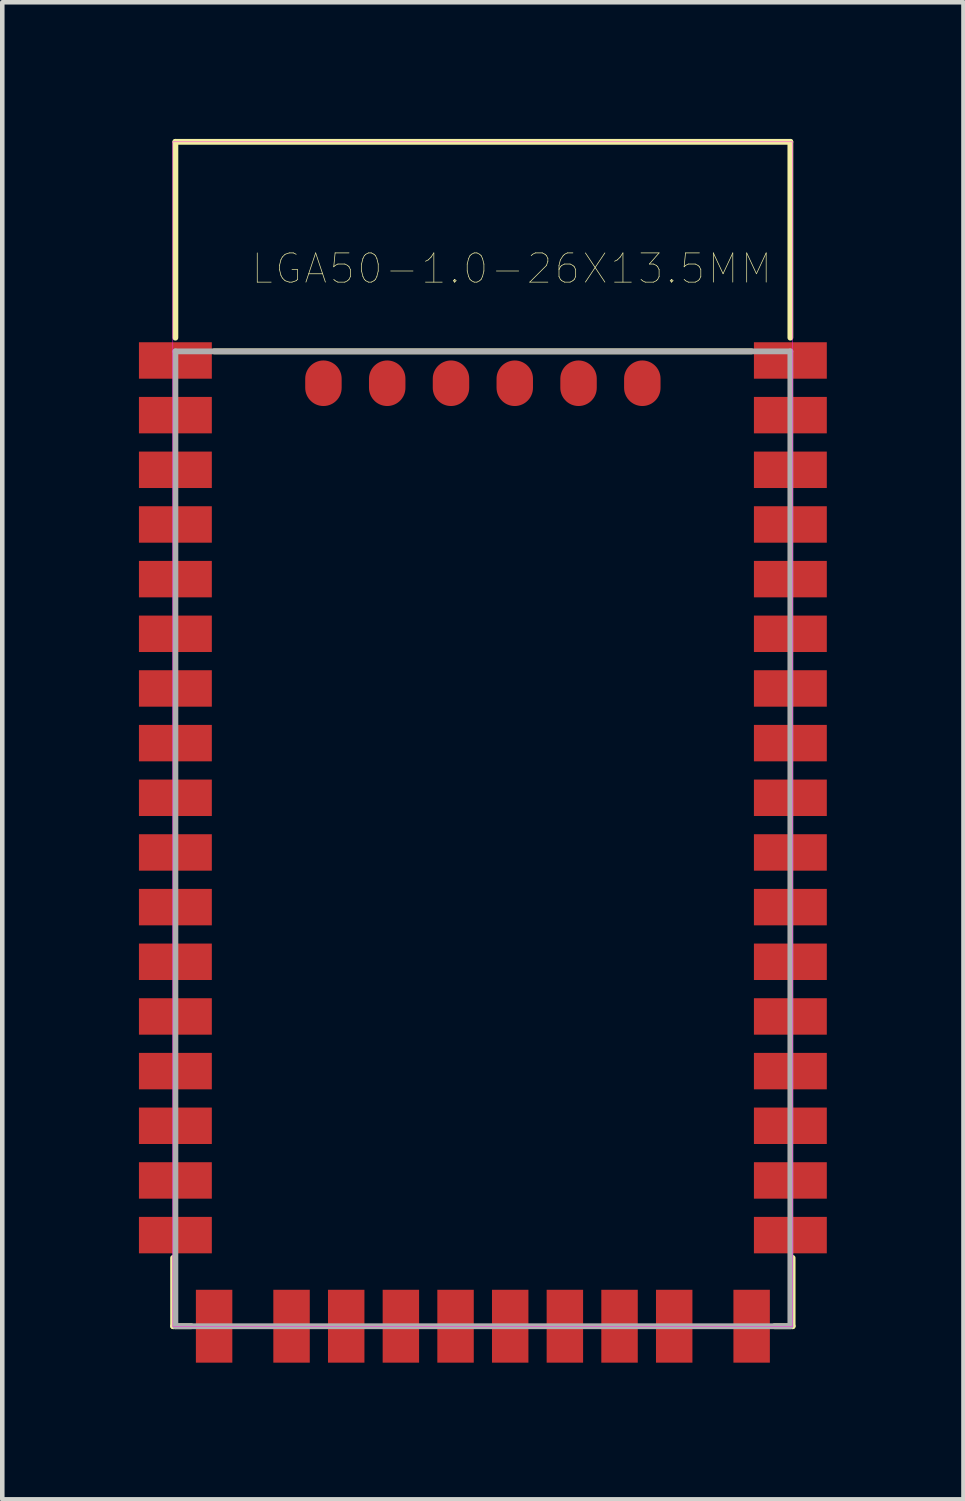
<source format=kicad_pcb>
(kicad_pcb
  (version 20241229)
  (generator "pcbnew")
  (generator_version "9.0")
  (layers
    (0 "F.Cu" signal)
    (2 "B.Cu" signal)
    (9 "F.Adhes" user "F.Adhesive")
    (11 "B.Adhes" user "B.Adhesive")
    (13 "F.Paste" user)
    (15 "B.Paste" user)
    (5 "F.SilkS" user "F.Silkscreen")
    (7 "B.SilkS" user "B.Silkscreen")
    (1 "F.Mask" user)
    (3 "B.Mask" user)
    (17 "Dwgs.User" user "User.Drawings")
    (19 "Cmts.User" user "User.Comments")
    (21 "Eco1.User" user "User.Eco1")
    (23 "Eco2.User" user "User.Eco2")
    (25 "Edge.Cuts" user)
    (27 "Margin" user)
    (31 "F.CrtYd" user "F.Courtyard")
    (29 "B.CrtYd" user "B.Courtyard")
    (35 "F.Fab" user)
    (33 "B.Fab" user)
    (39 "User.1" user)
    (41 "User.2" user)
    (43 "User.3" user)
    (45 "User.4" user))
  (footprint "LGA50-1.0-26X13.5MM"
    (layer "F.Cu")
    (at 7.55 13.063)
    (property "Reference" "LGA50-1.0-26X13.5MM" (at 0.633 -10.216 0) (layer "F.SilkS") (effects (font (size 0.641 0.641) (thickness 0.015))))
    (attr through_hole)
    (fp_line (start -6.8 13) (end -6.8 11.5) (stroke (width 0.127) (type solid)) (layer "F.SilkS"))
    (fp_line (start -6.75 -13) (end -6.75 -8.7) (stroke (width 0.127) (type solid)) (layer "F.SilkS"))
    (fp_line (start -6.4 13) (end -6.8 13) (stroke (width 0.127) (type solid)) (layer "F.SilkS"))
    (fp_line (start -5.9 -8.4) (end 5.9 -8.4) (stroke (width 0.127) (type solid)) (layer "F.SilkS"))
    (fp_line (start 6.4 13) (end 6.8 13) (stroke (width 0.127) (type solid)) (layer "F.SilkS"))
    (fp_line (start 6.75 -13) (end -6.75 -13) (stroke (width 0.127) (type solid)) (layer "F.SilkS"))
    (fp_line (start 6.75 -8.7) (end 6.75 -13) (stroke (width 0.127) (type solid)) (layer "F.SilkS"))
    (fp_line (start 6.8 13) (end 6.8 11.5) (stroke (width 0.127) (type solid)) (layer "F.SilkS"))
    (fp_poly (pts (xy -6.806 -13) (xy 6.8 -13) (xy 6.8 13.011) (xy -6.806 13.011)) (stroke (width 0.01) (type solid)) (fill no) (layer "F.CrtYd"))
    (fp_line (start -6.75 -8.4) (end -6.75 13) (stroke (width 0.127) (type solid)) (layer "F.Fab"))
    (fp_line (start -6.75 -8.4) (end 6.75 -8.4) (stroke (width 0.127) (type solid)) (layer "F.Fab"))
    (fp_line (start -6.75 13) (end 6.75 13) (stroke (width 0.127) (type solid)) (layer "F.Fab"))
    (fp_line (start 6.75 13) (end 6.75 -8.4) (stroke (width 0.127) (type solid)) (layer "F.Fab"))
    (pad "1" smd rect (at -6.75 -8.2) (size 1.6 0.8) (layers "F.Cu" "F.Mask" "F.Paste"))
    (pad "2" smd rect (at -6.75 -7) (size 1.6 0.8) (layers "F.Cu" "F.Mask" "F.Paste"))
    (pad "3" smd rect (at -6.75 -5.8) (size 1.6 0.8) (layers "F.Cu" "F.Mask" "F.Paste"))
    (pad "4" smd rect (at -6.75 -4.6) (size 1.6 0.8) (layers "F.Cu" "F.Mask" "F.Paste"))
    (pad "5" smd rect (at -6.75 -3.4) (size 1.6 0.8) (layers "F.Cu" "F.Mask" "F.Paste"))
    (pad "6" smd rect (at -6.75 -2.2) (size 1.6 0.8) (layers "F.Cu" "F.Mask" "F.Paste"))
    (pad "7" smd rect (at -6.75 -1) (size 1.6 0.8) (layers "F.Cu" "F.Mask" "F.Paste"))
    (pad "8" smd rect (at -6.75 0.2) (size 1.6 0.8) (layers "F.Cu" "F.Mask" "F.Paste"))
    (pad "9" smd rect (at -6.75 1.4) (size 1.6 0.8) (layers "F.Cu" "F.Mask" "F.Paste"))
    (pad "10" smd rect (at -6.75 2.6) (size 1.6 0.8) (layers "F.Cu" "F.Mask" "F.Paste"))
    (pad "11" smd rect (at -6.75 3.8) (size 1.6 0.8) (layers "F.Cu" "F.Mask" "F.Paste"))
    (pad "12" smd rect (at -6.75 5) (size 1.6 0.8) (layers "F.Cu" "F.Mask" "F.Paste"))
    (pad "13" smd rect (at -6.75 6.2) (size 1.6 0.8) (layers "F.Cu" "F.Mask" "F.Paste"))
    (pad "14" smd rect (at -6.75 7.4) (size 1.6 0.8) (layers "F.Cu" "F.Mask" "F.Paste"))
    (pad "15" smd rect (at -6.75 8.6) (size 1.6 0.8) (layers "F.Cu" "F.Mask" "F.Paste"))
    (pad "16" smd rect (at -6.75 9.8) (size 1.6 0.8) (layers "F.Cu" "F.Mask" "F.Paste"))
    (pad "17" smd rect (at -6.75 11) (size 1.6 0.8) (layers "F.Cu" "F.Mask" "F.Paste"))
    (pad "18" smd rect (at -5.9 13) (size 0.8 1.6) (layers "F.Cu" "F.Mask" "F.Paste"))
    (pad "19" smd rect (at -4.2 13) (size 0.8 1.6) (layers "F.Cu" "F.Mask" "F.Paste"))
    (pad "20" smd rect (at -3 13) (size 0.8 1.6) (layers "F.Cu" "F.Mask" "F.Paste"))
    (pad "21" smd rect (at -1.8 13) (size 0.8 1.6) (layers "F.Cu" "F.Mask" "F.Paste"))
    (pad "22" smd rect (at -0.6 13) (size 0.8 1.6) (layers "F.Cu" "F.Mask" "F.Paste"))
    (pad "23" smd rect (at 0.6 13) (size 0.8 1.6) (layers "F.Cu" "F.Mask" "F.Paste"))
    (pad "24" smd rect (at 1.8 13) (size 0.8 1.6) (layers "F.Cu" "F.Mask" "F.Paste"))
    (pad "25" smd rect (at 3 13) (size 0.8 1.6) (layers "F.Cu" "F.Mask" "F.Paste"))
    (pad "26" smd rect (at 4.2 13) (size 0.8 1.6) (layers "F.Cu" "F.Mask" "F.Paste"))
    (pad "27" smd rect (at 5.9 13) (size 0.8 1.6) (layers "F.Cu" "F.Mask" "F.Paste"))
    (pad "28" smd rect (at 6.75 11) (size 1.6 0.8) (layers "F.Cu" "F.Mask" "F.Paste"))
    (pad "29" smd rect (at 6.75 9.8) (size 1.6 0.8) (layers "F.Cu" "F.Mask" "F.Paste"))
    (pad "30" smd rect (at 6.75 8.6) (size 1.6 0.8) (layers "F.Cu" "F.Mask" "F.Paste"))
    (pad "31" smd rect (at 6.75 7.4) (size 1.6 0.8) (layers "F.Cu" "F.Mask" "F.Paste"))
    (pad "32" smd rect (at 6.75 6.2) (size 1.6 0.8) (layers "F.Cu" "F.Mask" "F.Paste"))
    (pad "33" smd rect (at 6.75 5) (size 1.6 0.8) (layers "F.Cu" "F.Mask" "F.Paste"))
    (pad "34" smd rect (at 6.75 3.8) (size 1.6 0.8) (layers "F.Cu" "F.Mask" "F.Paste"))
    (pad "35" smd rect (at 6.75 2.6) (size 1.6 0.8) (layers "F.Cu" "F.Mask" "F.Paste"))
    (pad "36" smd rect (at 6.75 1.4) (size 1.6 0.8) (layers "F.Cu" "F.Mask" "F.Paste"))
    (pad "37" smd rect (at 6.75 0.2) (size 1.6 0.8) (layers "F.Cu" "F.Mask" "F.Paste"))
    (pad "38" smd rect (at 6.75 -1) (size 1.6 0.8) (layers "F.Cu" "F.Mask" "F.Paste"))
    (pad "39" smd rect (at 6.75 -2.2) (size 1.6 0.8) (layers "F.Cu" "F.Mask" "F.Paste"))
    (pad "40" smd rect (at 6.75 -3.4) (size 1.6 0.8) (layers "F.Cu" "F.Mask" "F.Paste"))
    (pad "41" smd rect (at 6.75 -4.6) (size 1.6 0.8) (layers "F.Cu" "F.Mask" "F.Paste"))
    (pad "42" smd rect (at 6.75 -5.8) (size 1.6 0.8) (layers "F.Cu" "F.Mask" "F.Paste"))
    (pad "43" smd rect (at 6.75 -7) (size 1.6 0.8) (layers "F.Cu" "F.Mask" "F.Paste"))
    (pad "44" smd rect (at 6.75 -8.2) (size 1.6 0.8) (layers "F.Cu" "F.Mask" "F.Paste"))
    (pad "45" smd oval (at 3.5 -7.7) (size 0.8 1) (layers "F.Cu" "F.Mask" "F.Paste"))
    (pad "46" smd oval (at 2.1 -7.7) (size 0.8 1) (layers "F.Cu" "F.Mask" "F.Paste"))
    (pad "47" smd oval (at 0.7 -7.7) (size 0.8 1) (layers "F.Cu" "F.Mask" "F.Paste"))
    (pad "48" smd oval (at -0.7 -7.7) (size 0.8 1) (layers "F.Cu" "F.Mask" "F.Paste"))
    (pad "49" smd oval (at -2.1 -7.7) (size 0.8 1) (layers "F.Cu" "F.Mask" "F.Paste"))
    (pad "50" smd oval (at -3.5 -7.7) (size 0.8 1) (layers "F.Cu" "F.Mask" "F.Paste")))
  (gr_rect
    (start -3 -3)
    (end 18.1 29.863)
    (stroke (width 0.1) (type default))
    (fill no)
    (layer "Edge.Cuts")))
</source>
